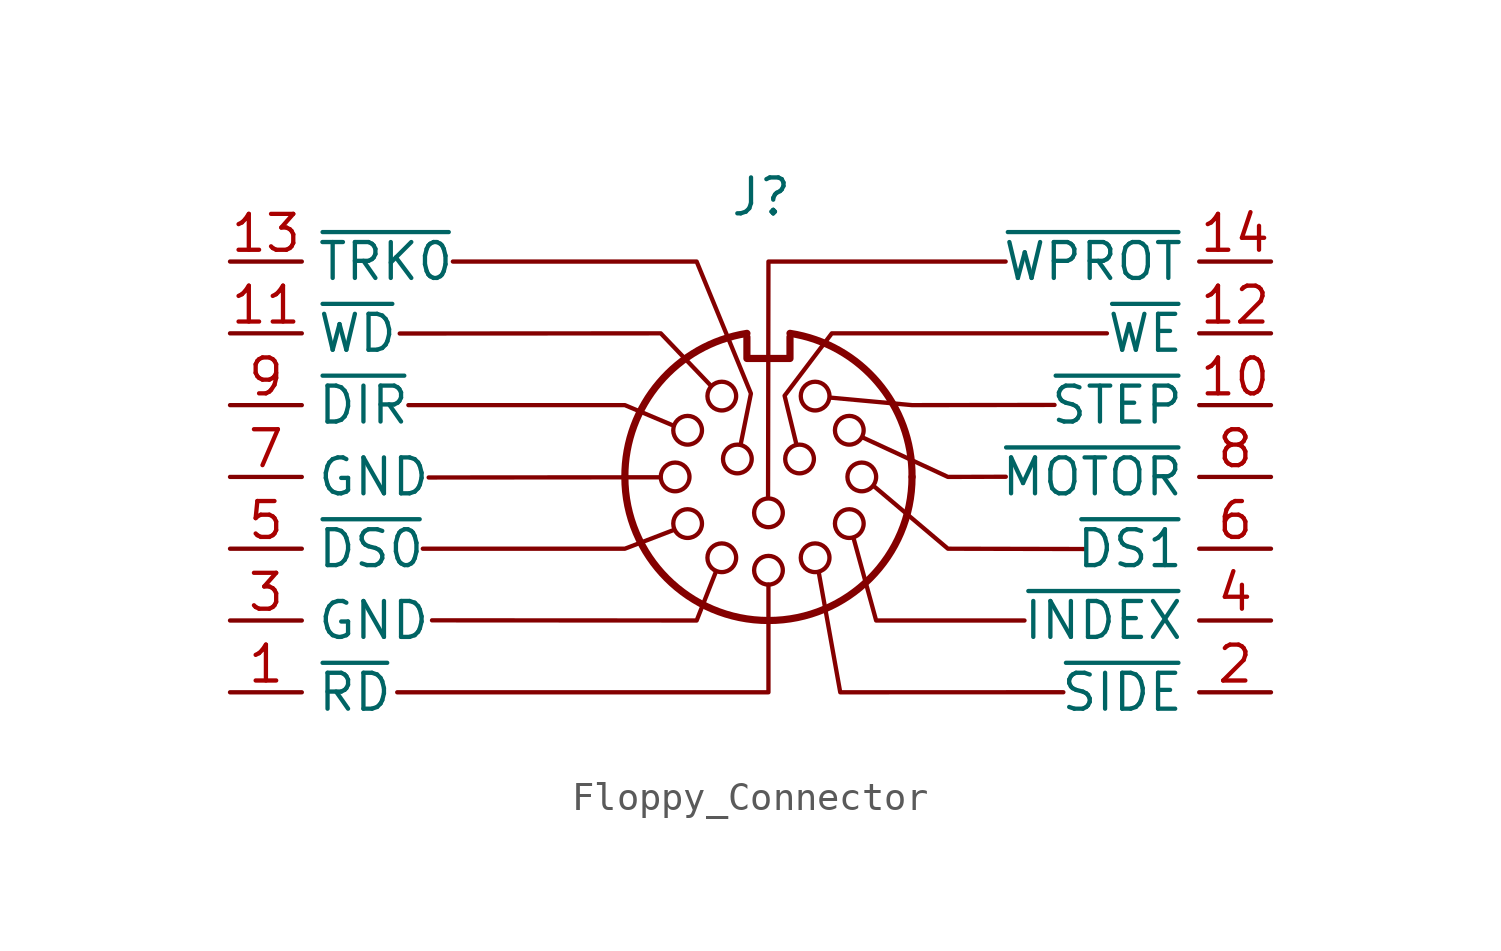
<source format=kicad_sym>
(kicad_symbol_lib
  (version 20241209)
  (generator "kicad_symbol_editor")
  (generator_version "9.0")
  (symbol "Floppy_Connector"
    (property "Reference" "J"
      (at -0.254 9.906 0)
      (effects (font (size 1.27 1.27))))
    (property "Value" ""
      (at 0 0 0)
      (effects (font (size 1.27 1.27))))
    (symbol "Floppy_Connector_0_1"
      (polyline (pts (xy -13.134 -7.62) (xy 0 -7.62) (xy 0 -3.81)) (stroke (width 0) (type default)) (fill (type none)))
      (polyline (pts (xy -13.046 5.074) (xy -3.81 5.08) (xy -2.056 3.247)) (stroke (width 0) (type default)) (fill (type none)))
      (polyline (pts (xy -12.739 2.54) (xy -5.08 2.54) (xy -3.426 1.843)) (stroke (width 0) (type default)) (fill (type none)))
      (polyline (pts (xy -12.229 -2.54) (xy -5.08 -2.54) (xy -3.39 -1.892)) (stroke (width 0) (type default)) (fill (type none)))
      (polyline (pts (xy -12.022 -0.02) (xy -3.863 -0.013)) (stroke (width 0) (type default)) (fill (type none)))
      (polyline (pts (xy -11.903 -5.074) (xy -2.54 -5.08) (xy -1.867 -3.374)) (stroke (width 0) (type default)) (fill (type none)))
      (polyline (pts (xy -11.165 7.62) (xy -2.54 7.62) (xy -0.62 2.95) (xy -0.981 1.16)) (stroke (width 0) (type default)) (fill (type none)))
      (circle (center -3.302 0) (radius 0.508) (stroke (width 0) (type default)) (fill (type none)))
      (circle (center -2.86 1.651) (radius 0.508) (stroke (width 0) (type default)) (fill (type none)))
      (circle (center -2.86 -1.651) (radius 0.508) (stroke (width 0) (type default)) (fill (type none)))
      (circle (center -1.651 2.86) (radius 0.508) (stroke (width 0) (type default)) (fill (type none)))
      (circle (center -1.651 -2.86) (radius 0.508) (stroke (width 0) (type default)) (fill (type none)))
      (circle (center -1.1 0.635) (radius 0.508) (stroke (width 0) (type default)) (fill (type none)))
      (polyline (pts (xy -0.762 4.953) (xy -0.762 4.191) (xy 0.762 4.191) (xy 0.762 4.953)) (stroke (width 0.254) (type default)) (fill (type none)))
      (arc (start 0.762 5.08) (mid 3.8673 3.3444) (end 5.08 0) (stroke (width 0.254) (type default)) (fill (type none)))
      (arc (start 5.08 0) (mid 0 -5.0579) (end -5.08 0) (stroke (width 0.254) (type default)) (fill (type none)))
      (circle (center 0 -1.27) (radius 0.508) (stroke (width 0) (type default)) (fill (type none)))
      (circle (center 0 -3.302) (radius 0.508) (stroke (width 0) (type default)) (fill (type none)))
      (arc (start -5.08 0) (mid -3.8597 3.3379) (end -0.762 5.08) (stroke (width 0.254) (type default)) (fill (type none)))
      (circle (center 1.1 0.635) (radius 0.508) (stroke (width 0) (type default)) (fill (type none)))
      (circle (center 1.651 2.86) (radius 0.508) (stroke (width 0) (type default)) (fill (type none)))
      (circle (center 1.651 -2.86) (radius 0.508) (stroke (width 0) (type default)) (fill (type none)))
      (circle (center 2.86 1.651) (radius 0.508) (stroke (width 0) (type default)) (fill (type none)))
      (circle (center 2.86 -1.651) (radius 0.508) (stroke (width 0) (type default)) (fill (type none)))
      (circle (center 3.302 0) (radius 0.508) (stroke (width 0) (type default)) (fill (type none)))
      (polyline (pts (xy 8.392 7.62) (xy 0 7.62) (xy -0.014 -0.716)) (stroke (width 0) (type default)) (fill (type none)))
      (polyline (pts (xy 8.398 0.006) (xy 6.35 0) (xy 3.354 1.387)) (stroke (width 0) (type default)) (fill (type none)))
      (polyline (pts (xy 9.059 -5.08) (xy 3.81 -5.08) (xy 3.018 -2.192)) (stroke (width 0) (type default)) (fill (type none)))
      (polyline (pts (xy 10.122 2.547) (xy 5.08 2.54) (xy 2.21 2.804)) (stroke (width 0) (type default)) (fill (type none)))
      (polyline (pts (xy 10.434 -7.618) (xy 2.54 -7.62) (xy 1.779 -3.372)) (stroke (width 0) (type default)) (fill (type none)))
      (polyline (pts (xy 11.226 -2.551) (xy 6.35 -2.54) (xy 3.746 -0.34)) (stroke (width 0) (type default)) (fill (type none)))
      (polyline (pts (xy 11.975 5.08) (xy 2.242 5.08) (xy 0.571 2.873) (xy 0.981 1.185)) (stroke (width 0) (type default)) (fill (type none))))
    (symbol "Floppy_Connector_1_1"
      (pin passive line (at -19.05 7.62 0) (length 2.54) (name "~{TRK0}" (effects (font (size 1.27 1.27)))) (number "13" (effects (font (size 1.27 1.27)))))
      (pin passive line (at -19.05 5.08 0) (length 2.54) (name "~{WD}" (effects (font (size 1.27 1.27)))) (number "11" (effects (font (size 1.27 1.27)))))
      (pin passive line (at -19.05 2.54 0) (length 2.54) (name "~{DIR}" (effects (font (size 1.27 1.27)))) (number "9" (effects (font (size 1.27 1.27)))))
      (pin passive line (at -19.05 0 0) (length 2.54) (name "GND" (effects (font (size 1.27 1.27)))) (number "7" (effects (font (size 1.27 1.27)))))
      (pin passive line (at -19.05 -2.54 0) (length 2.54) (name "~{DS0}" (effects (font (size 1.27 1.27)))) (number "5" (effects (font (size 1.27 1.27)))))
      (pin passive line (at -19.05 -5.08 0) (length 2.54) (name "GND" (effects (font (size 1.27 1.27)))) (number "3" (effects (font (size 1.27 1.27)))))
      (pin passive line (at -19.05 -7.62 0) (length 2.54) (name "~{RD}" (effects (font (size 1.27 1.27)))) (number "1" (effects (font (size 1.27 1.27)))))
      (pin passive line (at 17.78 7.62 180) (length 2.54) (name "~{WPROT}" (effects (font (size 1.27 1.27)))) (number "14" (effects (font (size 1.27 1.27)))))
      (pin passive line (at 17.78 5.08 180) (length 2.54) (name "~{WE}" (effects (font (size 1.27 1.27)))) (number "12" (effects (font (size 1.27 1.27)))))
      (pin passive line (at 17.78 2.54 180) (length 2.54) (name "~{STEP}" (effects (font (size 1.27 1.27)))) (number "10" (effects (font (size 1.27 1.27)))))
      (pin passive line (at 17.78 0 180) (length 2.54) (name "~{MOTOR}" (effects (font (size 1.27 1.27)))) (number "8" (effects (font (size 1.27 1.27)))))
      (pin passive line (at 17.78 -2.54 180) (length 2.54) (name "~{DS1}" (effects (font (size 1.27 1.27)))) (number "6" (effects (font (size 1.27 1.27)))))
      (pin passive line (at 17.78 -5.08 180) (length 2.54) (name "~{INDEX}" (effects (font (size 1.27 1.27)))) (number "4" (effects (font (size 1.27 1.27)))))
      (pin passive line (at 17.78 -7.62 180) (length 2.54) (name "~{SIDE}" (effects (font (size 1.27 1.27)))) (number "2" (effects (font (size 1.27 1.27))))))))
</source>
